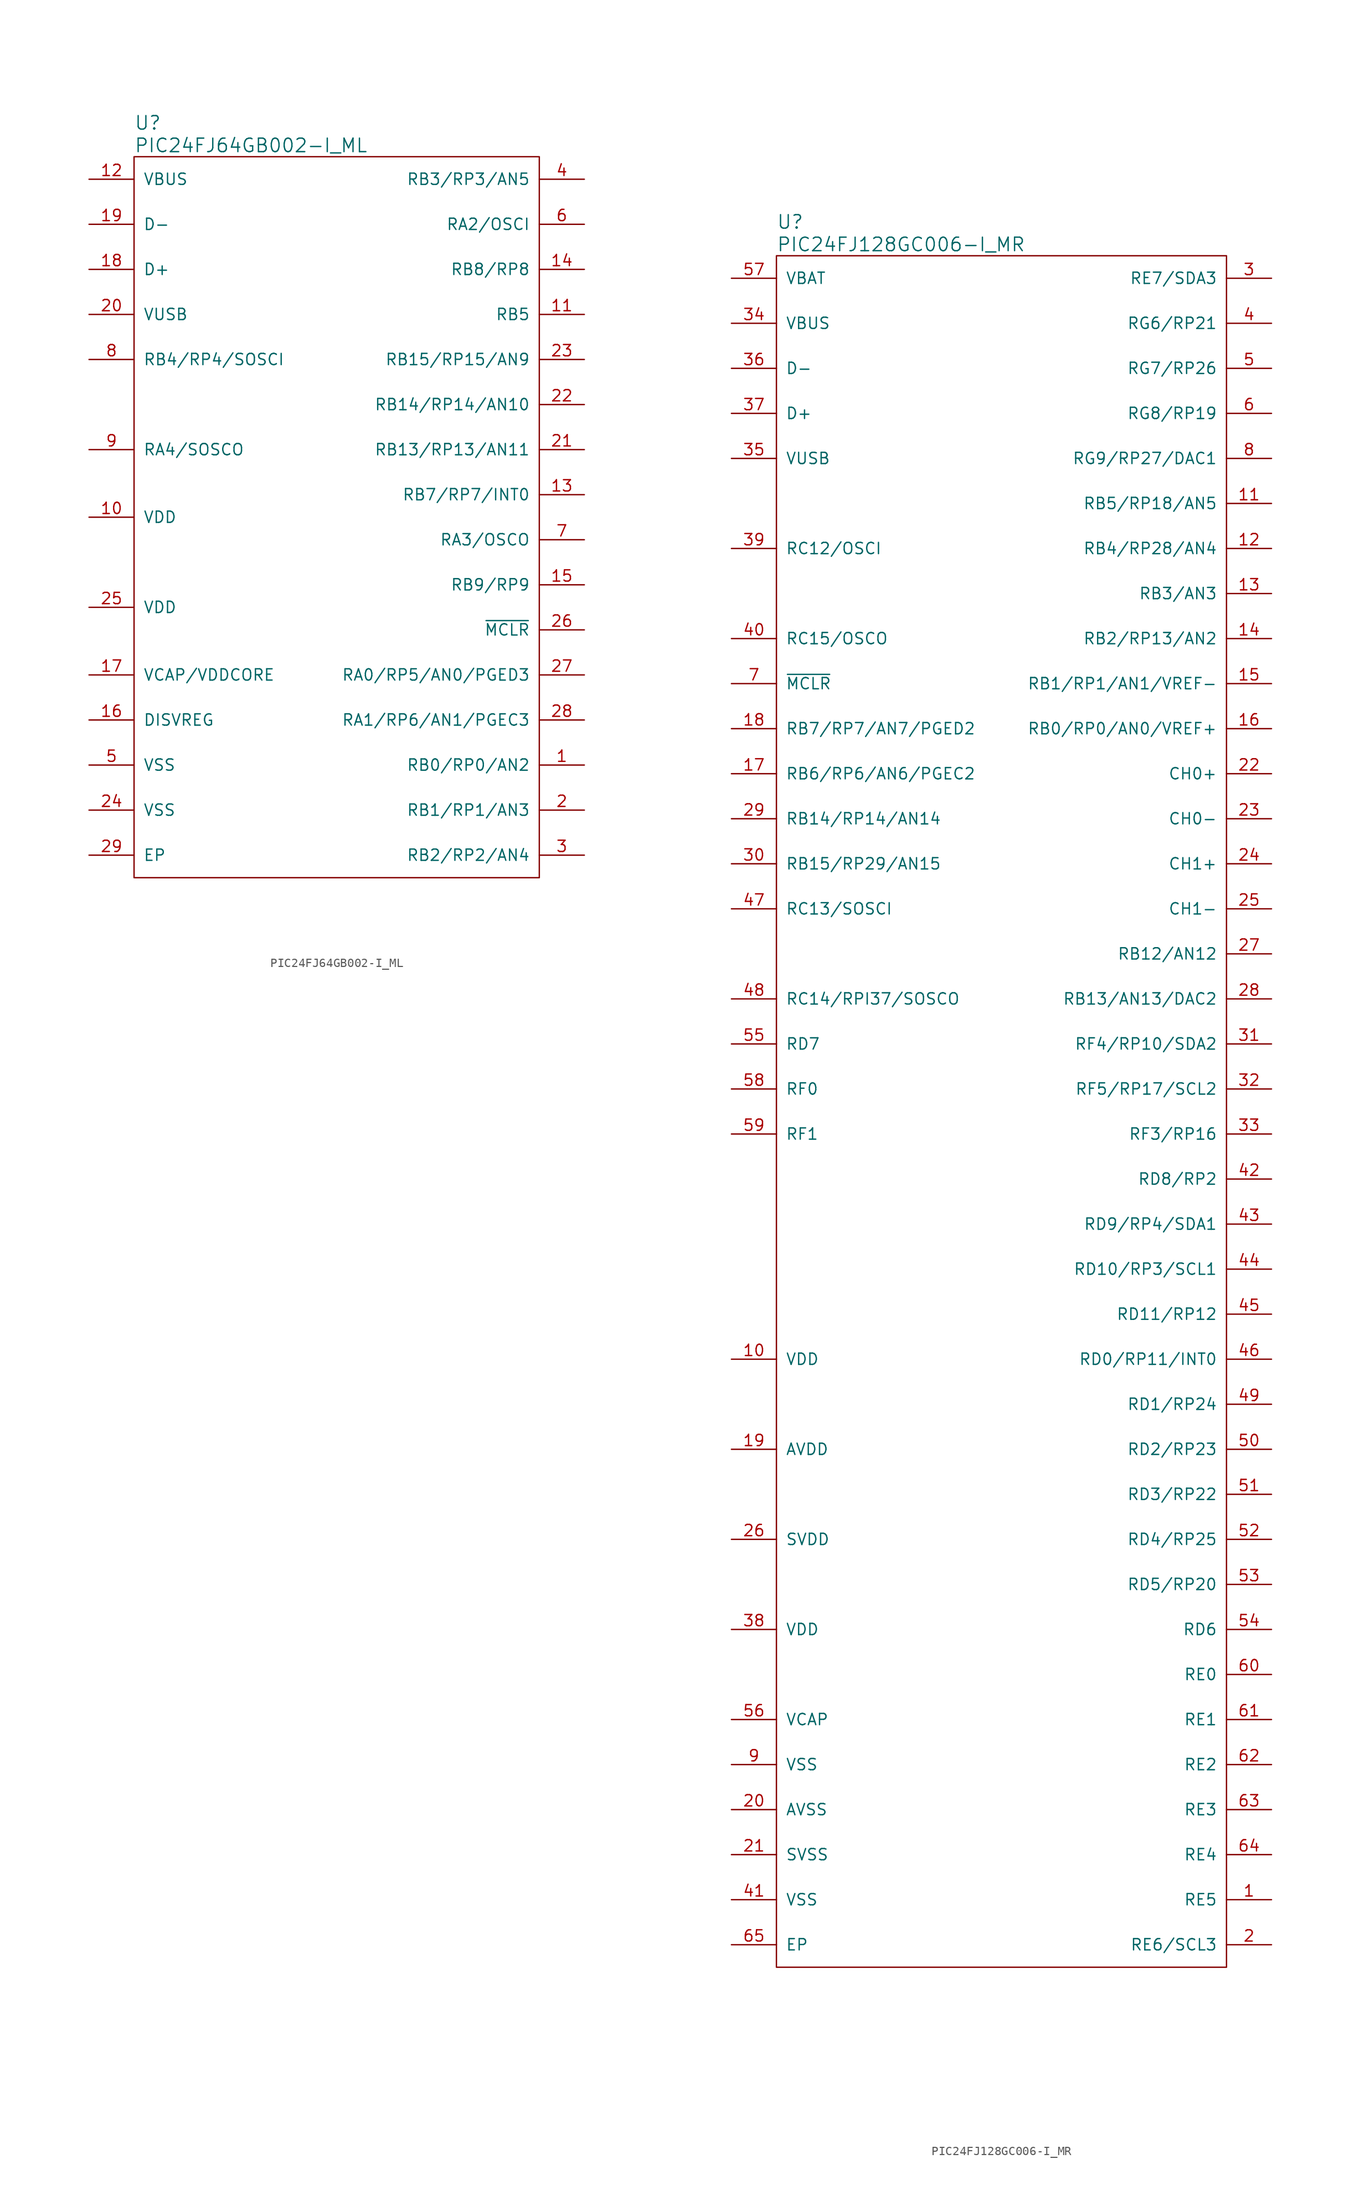
<source format=kicad_sym>
(kicad_symbol_lib
  (version 20231120)
  (generator "kicad_symbol_editor")
  (generator_version "8.0")
  (symbol "PIC24FJ64GB002-I_ML"
    (pin_names
      (offset 1.016))
    (property "Reference" "U"
      (at -22.86 44.45 0)
      (effects (font (size 1.524 1.524)) (justify left)))
    (property "Value" "PIC24FJ64GB002-I_ML"
      (at -22.86 41.91 0)
      (effects (font (size 1.524 1.524)) (justify left)))
    (symbol "PIC24FJ64GB002-I_ML_0_1"
      (rectangle (start -22.86 40.64) (end 22.86 -40.64) (stroke (width 0) (type default)) (fill (type none))))
    (symbol "PIC24FJ64GB002-I_ML_1_1"
      (pin input line (at 27.94 -27.94 180) (length 5.08) (name "RB0/RP0/AN2" (effects (font (size 1.27 1.27)))) (number "1" (effects (font (size 1.27 1.27)))))
      (pin input line (at -27.94 0 0) (length 5.08) (name "VDD" (effects (font (size 1.27 1.27)))) (number "10" (effects (font (size 1.27 1.27)))))
      (pin input line (at 27.94 22.86 180) (length 5.08) (name "RB5" (effects (font (size 1.27 1.27)))) (number "11" (effects (font (size 1.27 1.27)))))
      (pin input line (at -27.94 38.1 0) (length 5.08) (name "VBUS" (effects (font (size 1.27 1.27)))) (number "12" (effects (font (size 1.27 1.27)))))
      (pin input line (at 27.94 2.54 180) (length 5.08) (name "RB7/RP7/INT0" (effects (font (size 1.27 1.27)))) (number "13" (effects (font (size 1.27 1.27)))))
      (pin input line (at 27.94 27.94 180) (length 5.08) (name "RB8/RP8" (effects (font (size 1.27 1.27)))) (number "14" (effects (font (size 1.27 1.27)))))
      (pin input line (at 27.94 -7.62 180) (length 5.08) (name "RB9/RP9" (effects (font (size 1.27 1.27)))) (number "15" (effects (font (size 1.27 1.27)))))
      (pin input line (at -27.94 -22.86 0) (length 5.08) (name "DISVREG" (effects (font (size 1.27 1.27)))) (number "16" (effects (font (size 1.27 1.27)))))
      (pin input line (at -27.94 -17.78 0) (length 5.08) (name "VCAP/VDDCORE" (effects (font (size 1.27 1.27)))) (number "17" (effects (font (size 1.27 1.27)))))
      (pin input line (at -27.94 27.94 0) (length 5.08) (name "D+" (effects (font (size 1.27 1.27)))) (number "18" (effects (font (size 1.27 1.27)))))
      (pin input line (at -27.94 33.02 0) (length 5.08) (name "D-" (effects (font (size 1.27 1.27)))) (number "19" (effects (font (size 1.27 1.27)))))
      (pin input line (at 27.94 -33.02 180) (length 5.08) (name "RB1/RP1/AN3" (effects (font (size 1.27 1.27)))) (number "2" (effects (font (size 1.27 1.27)))))
      (pin input line (at -27.94 22.86 0) (length 5.08) (name "VUSB" (effects (font (size 1.27 1.27)))) (number "20" (effects (font (size 1.27 1.27)))))
      (pin input line (at 27.94 7.62 180) (length 5.08) (name "RB13/RP13/AN11" (effects (font (size 1.27 1.27)))) (number "21" (effects (font (size 1.27 1.27)))))
      (pin input line (at 27.94 12.7 180) (length 5.08) (name "RB14/RP14/AN10" (effects (font (size 1.27 1.27)))) (number "22" (effects (font (size 1.27 1.27)))))
      (pin input line (at 27.94 17.78 180) (length 5.08) (name "RB15/RP15/AN9" (effects (font (size 1.27 1.27)))) (number "23" (effects (font (size 1.27 1.27)))))
      (pin input line (at -27.94 -33.02 0) (length 5.08) (name "VSS" (effects (font (size 1.27 1.27)))) (number "24" (effects (font (size 1.27 1.27)))))
      (pin input line (at -27.94 -10.16 0) (length 5.08) (name "VDD" (effects (font (size 1.27 1.27)))) (number "25" (effects (font (size 1.27 1.27)))))
      (pin input line (at 27.94 -12.7 180) (length 5.08) (name "~{MCLR}" (effects (font (size 1.27 1.27)))) (number "26" (effects (font (size 1.27 1.27)))))
      (pin input line (at 27.94 -17.78 180) (length 5.08) (name "RA0/RP5/AN0/PGED3" (effects (font (size 1.27 1.27)))) (number "27" (effects (font (size 1.27 1.27)))))
      (pin input line (at 27.94 -22.86 180) (length 5.08) (name "RA1/RP6/AN1/PGEC3" (effects (font (size 1.27 1.27)))) (number "28" (effects (font (size 1.27 1.27)))))
      (pin input line (at -27.94 -38.1 0) (length 5.08) (name "EP" (effects (font (size 1.27 1.27)))) (number "29" (effects (font (size 1.27 1.27)))))
      (pin input line (at 27.94 -38.1 180) (length 5.08) (name "RB2/RP2/AN4" (effects (font (size 1.27 1.27)))) (number "3" (effects (font (size 1.27 1.27)))))
      (pin input line (at 27.94 38.1 180) (length 5.08) (name "RB3/RP3/AN5" (effects (font (size 1.27 1.27)))) (number "4" (effects (font (size 1.27 1.27)))))
      (pin input line (at -27.94 -27.94 0) (length 5.08) (name "VSS" (effects (font (size 1.27 1.27)))) (number "5" (effects (font (size 1.27 1.27)))))
      (pin input line (at 27.94 33.02 180) (length 5.08) (name "RA2/OSCI" (effects (font (size 1.27 1.27)))) (number "6" (effects (font (size 1.27 1.27)))))
      (pin input line (at 27.94 -2.54 180) (length 5.08) (name "RA3/OSCO" (effects (font (size 1.27 1.27)))) (number "7" (effects (font (size 1.27 1.27)))))
      (pin input line (at -27.94 17.78 0) (length 5.08) (name "RB4/RP4/SOSCI" (effects (font (size 1.27 1.27)))) (number "8" (effects (font (size 1.27 1.27)))))
      (pin input line (at -27.94 7.62 0) (length 5.08) (name "RA4/SOSCO" (effects (font (size 1.27 1.27)))) (number "9" (effects (font (size 1.27 1.27)))))))
  (symbol "PIC24FJ128GC006-I_MR"
    (pin_names
      (offset 1.016))
    (property "Reference" "U"
      (at -25.4 100.33 0)
      (effects (font (size 1.524 1.524)) (justify left)))
    (property "Value" "PIC24FJ128GC006-I_MR"
      (at -25.4 97.79 0)
      (effects (font (size 1.524 1.524)) (justify left)))
    (symbol "PIC24FJ128GC006-I_MR_0_1"
      (rectangle (start 25.4 96.52) (end -25.4 -96.52) (stroke (width 0) (type default)) (fill (type none))))
    (symbol "PIC24FJ128GC006-I_MR_1_1"
      (pin input line (at 30.48 -88.9 180) (length 5.08) (name "RE5" (effects (font (size 1.27 1.27)))) (number "1" (effects (font (size 1.27 1.27)))))
      (pin input line (at -30.48 -27.94 0) (length 5.08) (name "VDD" (effects (font (size 1.27 1.27)))) (number "10" (effects (font (size 1.27 1.27)))))
      (pin input line (at 30.48 68.58 180) (length 5.08) (name "RB5/RP18/AN5" (effects (font (size 1.27 1.27)))) (number "11" (effects (font (size 1.27 1.27)))))
      (pin input line (at 30.48 63.5 180) (length 5.08) (name "RB4/RP28/AN4" (effects (font (size 1.27 1.27)))) (number "12" (effects (font (size 1.27 1.27)))))
      (pin input line (at 30.48 58.42 180) (length 5.08) (name "RB3/AN3" (effects (font (size 1.27 1.27)))) (number "13" (effects (font (size 1.27 1.27)))))
      (pin input line (at 30.48 53.34 180) (length 5.08) (name "RB2/RP13/AN2" (effects (font (size 1.27 1.27)))) (number "14" (effects (font (size 1.27 1.27)))))
      (pin input line (at 30.48 48.26 180) (length 5.08) (name "RB1/RP1/AN1/VREF-" (effects (font (size 1.27 1.27)))) (number "15" (effects (font (size 1.27 1.27)))))
      (pin input line (at 30.48 43.18 180) (length 5.08) (name "RB0/RP0/AN0/VREF+" (effects (font (size 1.27 1.27)))) (number "16" (effects (font (size 1.27 1.27)))))
      (pin input line (at -30.48 38.1 0) (length 5.08) (name "RB6/RP6/AN6/PGEC2" (effects (font (size 1.27 1.27)))) (number "17" (effects (font (size 1.27 1.27)))))
      (pin input line (at -30.48 43.18 0) (length 5.08) (name "RB7/RP7/AN7/PGED2" (effects (font (size 1.27 1.27)))) (number "18" (effects (font (size 1.27 1.27)))))
      (pin input line (at -30.48 -38.1 0) (length 5.08) (name "AVDD" (effects (font (size 1.27 1.27)))) (number "19" (effects (font (size 1.27 1.27)))))
      (pin input line (at 30.48 -93.98 180) (length 5.08) (name "RE6/SCL3" (effects (font (size 1.27 1.27)))) (number "2" (effects (font (size 1.27 1.27)))))
      (pin input line (at -30.48 -78.74 0) (length 5.08) (name "AVSS" (effects (font (size 1.27 1.27)))) (number "20" (effects (font (size 1.27 1.27)))))
      (pin input line (at -30.48 -83.82 0) (length 5.08) (name "SVSS" (effects (font (size 1.27 1.27)))) (number "21" (effects (font (size 1.27 1.27)))))
      (pin input line (at 30.48 38.1 180) (length 5.08) (name "CH0+" (effects (font (size 1.27 1.27)))) (number "22" (effects (font (size 1.27 1.27)))))
      (pin input line (at 30.48 33.02 180) (length 5.08) (name "CH0-" (effects (font (size 1.27 1.27)))) (number "23" (effects (font (size 1.27 1.27)))))
      (pin input line (at 30.48 27.94 180) (length 5.08) (name "CH1+" (effects (font (size 1.27 1.27)))) (number "24" (effects (font (size 1.27 1.27)))))
      (pin input line (at 30.48 22.86 180) (length 5.08) (name "CH1-" (effects (font (size 1.27 1.27)))) (number "25" (effects (font (size 1.27 1.27)))))
      (pin input line (at -30.48 -48.26 0) (length 5.08) (name "SVDD" (effects (font (size 1.27 1.27)))) (number "26" (effects (font (size 1.27 1.27)))))
      (pin input line (at 30.48 17.78 180) (length 5.08) (name "RB12/AN12" (effects (font (size 1.27 1.27)))) (number "27" (effects (font (size 1.27 1.27)))))
      (pin input line (at 30.48 12.7 180) (length 5.08) (name "RB13/AN13/DAC2" (effects (font (size 1.27 1.27)))) (number "28" (effects (font (size 1.27 1.27)))))
      (pin input line (at -30.48 33.02 0) (length 5.08) (name "RB14/RP14/AN14" (effects (font (size 1.27 1.27)))) (number "29" (effects (font (size 1.27 1.27)))))
      (pin input line (at 30.48 93.98 180) (length 5.08) (name "RE7/SDA3" (effects (font (size 1.27 1.27)))) (number "3" (effects (font (size 1.27 1.27)))))
      (pin input line (at -30.48 27.94 0) (length 5.08) (name "RB15/RP29/AN15" (effects (font (size 1.27 1.27)))) (number "30" (effects (font (size 1.27 1.27)))))
      (pin input line (at 30.48 7.62 180) (length 5.08) (name "RF4/RP10/SDA2" (effects (font (size 1.27 1.27)))) (number "31" (effects (font (size 1.27 1.27)))))
      (pin input line (at 30.48 2.54 180) (length 5.08) (name "RF5/RP17/SCL2" (effects (font (size 1.27 1.27)))) (number "32" (effects (font (size 1.27 1.27)))))
      (pin input line (at 30.48 -2.54 180) (length 5.08) (name "RF3/RP16" (effects (font (size 1.27 1.27)))) (number "33" (effects (font (size 1.27 1.27)))))
      (pin input line (at -30.48 88.9 0) (length 5.08) (name "VBUS" (effects (font (size 1.27 1.27)))) (number "34" (effects (font (size 1.27 1.27)))))
      (pin input line (at -30.48 73.66 0) (length 5.08) (name "VUSB" (effects (font (size 1.27 1.27)))) (number "35" (effects (font (size 1.27 1.27)))))
      (pin input line (at -30.48 83.82 0) (length 5.08) (name "D-" (effects (font (size 1.27 1.27)))) (number "36" (effects (font (size 1.27 1.27)))))
      (pin input line (at -30.48 78.74 0) (length 5.08) (name "D+" (effects (font (size 1.27 1.27)))) (number "37" (effects (font (size 1.27 1.27)))))
      (pin input line (at -30.48 -58.42 0) (length 5.08) (name "VDD" (effects (font (size 1.27 1.27)))) (number "38" (effects (font (size 1.27 1.27)))))
      (pin input line (at -30.48 63.5 0) (length 5.08) (name "RC12/OSCI" (effects (font (size 1.27 1.27)))) (number "39" (effects (font (size 1.27 1.27)))))
      (pin input line (at 30.48 88.9 180) (length 5.08) (name "RG6/RP21" (effects (font (size 1.27 1.27)))) (number "4" (effects (font (size 1.27 1.27)))))
      (pin input line (at -30.48 53.34 0) (length 5.08) (name "RC15/OSCO" (effects (font (size 1.27 1.27)))) (number "40" (effects (font (size 1.27 1.27)))))
      (pin input line (at -30.48 -88.9 0) (length 5.08) (name "VSS" (effects (font (size 1.27 1.27)))) (number "41" (effects (font (size 1.27 1.27)))))
      (pin input line (at 30.48 -7.62 180) (length 5.08) (name "RD8/RP2" (effects (font (size 1.27 1.27)))) (number "42" (effects (font (size 1.27 1.27)))))
      (pin input line (at 30.48 -12.7 180) (length 5.08) (name "RD9/RP4/SDA1" (effects (font (size 1.27 1.27)))) (number "43" (effects (font (size 1.27 1.27)))))
      (pin input line (at 30.48 -17.78 180) (length 5.08) (name "RD10/RP3/SCL1" (effects (font (size 1.27 1.27)))) (number "44" (effects (font (size 1.27 1.27)))))
      (pin input line (at 30.48 -22.86 180) (length 5.08) (name "RD11/RP12" (effects (font (size 1.27 1.27)))) (number "45" (effects (font (size 1.27 1.27)))))
      (pin input line (at 30.48 -27.94 180) (length 5.08) (name "RD0/RP11/INT0" (effects (font (size 1.27 1.27)))) (number "46" (effects (font (size 1.27 1.27)))))
      (pin input line (at -30.48 22.86 0) (length 5.08) (name "RC13/SOSCI" (effects (font (size 1.27 1.27)))) (number "47" (effects (font (size 1.27 1.27)))))
      (pin input line (at -30.48 12.7 0) (length 5.08) (name "RC14/RPI37/SOSCO" (effects (font (size 1.27 1.27)))) (number "48" (effects (font (size 1.27 1.27)))))
      (pin input line (at 30.48 -33.02 180) (length 5.08) (name "RD1/RP24" (effects (font (size 1.27 1.27)))) (number "49" (effects (font (size 1.27 1.27)))))
      (pin input line (at 30.48 83.82 180) (length 5.08) (name "RG7/RP26" (effects (font (size 1.27 1.27)))) (number "5" (effects (font (size 1.27 1.27)))))
      (pin input line (at 30.48 -38.1 180) (length 5.08) (name "RD2/RP23" (effects (font (size 1.27 1.27)))) (number "50" (effects (font (size 1.27 1.27)))))
      (pin input line (at 30.48 -43.18 180) (length 5.08) (name "RD3/RP22" (effects (font (size 1.27 1.27)))) (number "51" (effects (font (size 1.27 1.27)))))
      (pin input line (at 30.48 -48.26 180) (length 5.08) (name "RD4/RP25" (effects (font (size 1.27 1.27)))) (number "52" (effects (font (size 1.27 1.27)))))
      (pin input line (at 30.48 -53.34 180) (length 5.08) (name "RD5/RP20" (effects (font (size 1.27 1.27)))) (number "53" (effects (font (size 1.27 1.27)))))
      (pin input line (at 30.48 -58.42 180) (length 5.08) (name "RD6" (effects (font (size 1.27 1.27)))) (number "54" (effects (font (size 1.27 1.27)))))
      (pin input line (at -30.48 7.62 0) (length 5.08) (name "RD7" (effects (font (size 1.27 1.27)))) (number "55" (effects (font (size 1.27 1.27)))))
      (pin input line (at -30.48 -68.58 0) (length 5.08) (name "VCAP" (effects (font (size 1.27 1.27)))) (number "56" (effects (font (size 1.27 1.27)))))
      (pin input line (at -30.48 93.98 0) (length 5.08) (name "VBAT" (effects (font (size 1.27 1.27)))) (number "57" (effects (font (size 1.27 1.27)))))
      (pin input line (at -30.48 2.54 0) (length 5.08) (name "RF0" (effects (font (size 1.27 1.27)))) (number "58" (effects (font (size 1.27 1.27)))))
      (pin input line (at -30.48 -2.54 0) (length 5.08) (name "RF1" (effects (font (size 1.27 1.27)))) (number "59" (effects (font (size 1.27 1.27)))))
      (pin input line (at 30.48 78.74 180) (length 5.08) (name "RG8/RP19" (effects (font (size 1.27 1.27)))) (number "6" (effects (font (size 1.27 1.27)))))
      (pin input line (at 30.48 -63.5 180) (length 5.08) (name "RE0" (effects (font (size 1.27 1.27)))) (number "60" (effects (font (size 1.27 1.27)))))
      (pin input line (at 30.48 -68.58 180) (length 5.08) (name "RE1" (effects (font (size 1.27 1.27)))) (number "61" (effects (font (size 1.27 1.27)))))
      (pin input line (at 30.48 -73.66 180) (length 5.08) (name "RE2" (effects (font (size 1.27 1.27)))) (number "62" (effects (font (size 1.27 1.27)))))
      (pin input line (at 30.48 -78.74 180) (length 5.08) (name "RE3" (effects (font (size 1.27 1.27)))) (number "63" (effects (font (size 1.27 1.27)))))
      (pin input line (at 30.48 -83.82 180) (length 5.08) (name "RE4" (effects (font (size 1.27 1.27)))) (number "64" (effects (font (size 1.27 1.27)))))
      (pin input line (at -30.48 -93.98 0) (length 5.08) (name "EP" (effects (font (size 1.27 1.27)))) (number "65" (effects (font (size 1.27 1.27)))))
      (pin input line (at -30.48 48.26 0) (length 5.08) (name "~{MCLR}" (effects (font (size 1.27 1.27)))) (number "7" (effects (font (size 1.27 1.27)))))
      (pin input line (at 30.48 73.66 180) (length 5.08) (name "RG9/RP27/DAC1" (effects (font (size 1.27 1.27)))) (number "8" (effects (font (size 1.27 1.27)))))
      (pin input line (at -30.48 -73.66 0) (length 5.08) (name "VSS" (effects (font (size 1.27 1.27)))) (number "9" (effects (font (size 1.27 1.27))))))))
</source>
